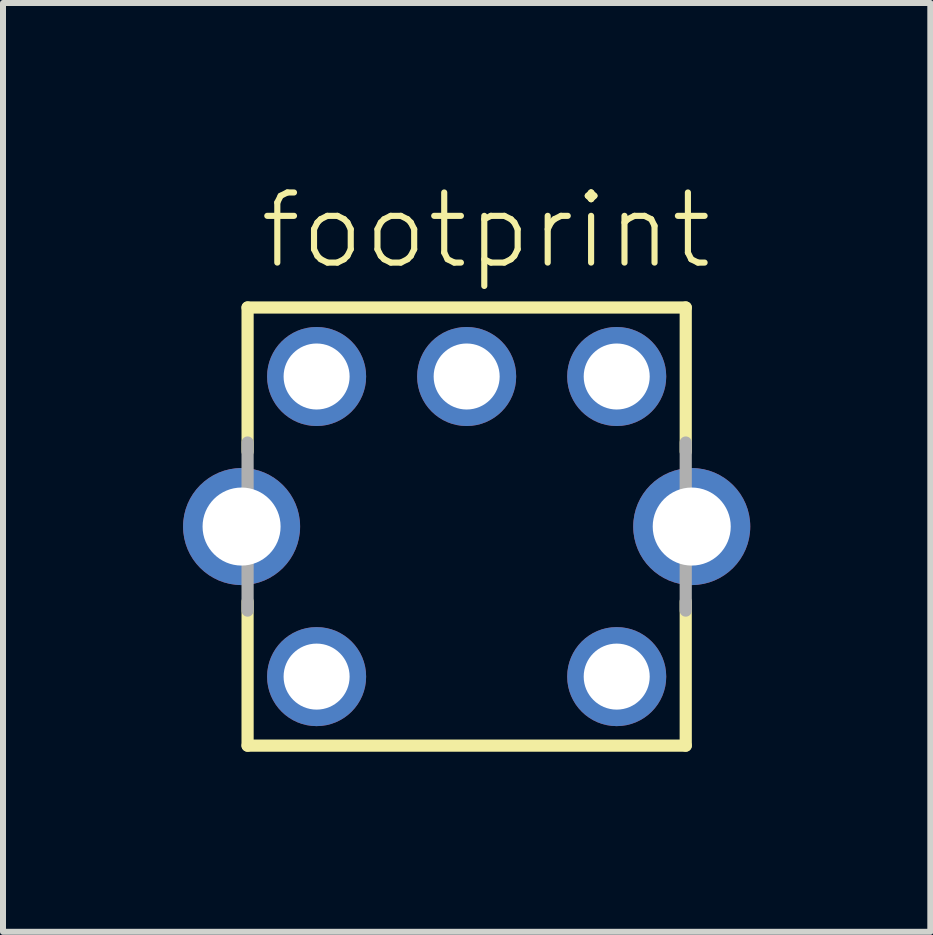
<source format=kicad_pcb>
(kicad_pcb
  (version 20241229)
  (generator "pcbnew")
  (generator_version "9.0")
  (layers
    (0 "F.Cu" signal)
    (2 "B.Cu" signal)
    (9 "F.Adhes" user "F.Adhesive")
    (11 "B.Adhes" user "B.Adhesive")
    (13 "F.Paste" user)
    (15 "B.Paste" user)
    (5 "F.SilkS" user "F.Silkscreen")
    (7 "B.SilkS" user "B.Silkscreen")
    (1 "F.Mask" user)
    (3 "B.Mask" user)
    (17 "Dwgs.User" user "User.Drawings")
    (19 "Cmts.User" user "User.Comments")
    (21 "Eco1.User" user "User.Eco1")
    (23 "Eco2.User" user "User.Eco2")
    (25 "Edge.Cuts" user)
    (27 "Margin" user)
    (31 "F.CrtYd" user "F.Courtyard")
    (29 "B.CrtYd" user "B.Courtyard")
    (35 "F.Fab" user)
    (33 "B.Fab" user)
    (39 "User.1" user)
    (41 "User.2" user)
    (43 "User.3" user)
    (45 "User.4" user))
  (footprint "footprint"
    (layer "F.Cu")
    (at 4.725 5.723)
    (property "Reference" "footprint" (at -3.5 -4.25 0) (layer "F.SilkS") (effects (font (size 1.168 1.168) (thickness 0.102)) (justify left bottom)))
    (fp_line (start -3.65 -3.65) (end 3.65 -3.65) (stroke (width 0.203) (type solid)) (layer "F.SilkS"))
    (fp_line (start -3.65 -1.25) (end -3.65 -3.65) (stroke (width 0.203) (type solid)) (layer "F.SilkS"))
    (fp_line (start -3.65 3.65) (end -3.65 1.25) (stroke (width 0.203) (type solid)) (layer "F.SilkS"))
    (fp_line (start 3.65 -3.65) (end 3.65 -1.25) (stroke (width 0.203) (type solid)) (layer "F.SilkS"))
    (fp_line (start 3.65 1.25) (end 3.65 3.65) (stroke (width 0.203) (type solid)) (layer "F.SilkS"))
    (fp_line (start 3.65 3.65) (end -3.65 3.65) (stroke (width 0.203) (type solid)) (layer "F.SilkS"))
    (fp_line (start -3.65 1.4) (end -3.65 -1.4) (stroke (width 0.203) (type solid)) (layer "F.Fab"))
    (fp_line (start 3.65 -1.4) (end 3.65 1.4) (stroke (width 0.203) (type solid)) (layer "F.Fab"))
    (pad "1" thru_hole circle (at 2.5 2.5) (size 1.65 1.65) (drill 1.1) (layers "*.Cu" "*.Mask"))
    (pad "2" thru_hole circle (at 2.5 -2.5) (size 1.65 1.65) (drill 1.1) (layers "*.Cu" "*.Mask"))
    (pad "3" thru_hole circle (at 0 -2.5) (size 1.65 1.65) (drill 1.1) (layers "*.Cu" "*.Mask"))
    (pad "4" thru_hole circle (at -2.5 -2.5) (size 1.65 1.65) (drill 1.1) (layers "*.Cu" "*.Mask"))
    (pad "5" thru_hole circle (at -2.5 2.5) (size 1.65 1.65) (drill 1.1) (layers "*.Cu" "*.Mask"))
    (pad "S1" thru_hole circle (at -3.75 0) (size 1.95 1.95) (drill 1.3) (layers "*.Cu" "*.Mask"))
    (pad "S2" thru_hole circle (at 3.75 0) (size 1.95 1.95) (drill 1.3) (layers "*.Cu" "*.Mask")))
  (gr_rect
    (start -3 -3)
    (end 12.45 12.475)
    (stroke (width 0.1) (type default))
    (fill no)
    (layer "Edge.Cuts")))
</source>
